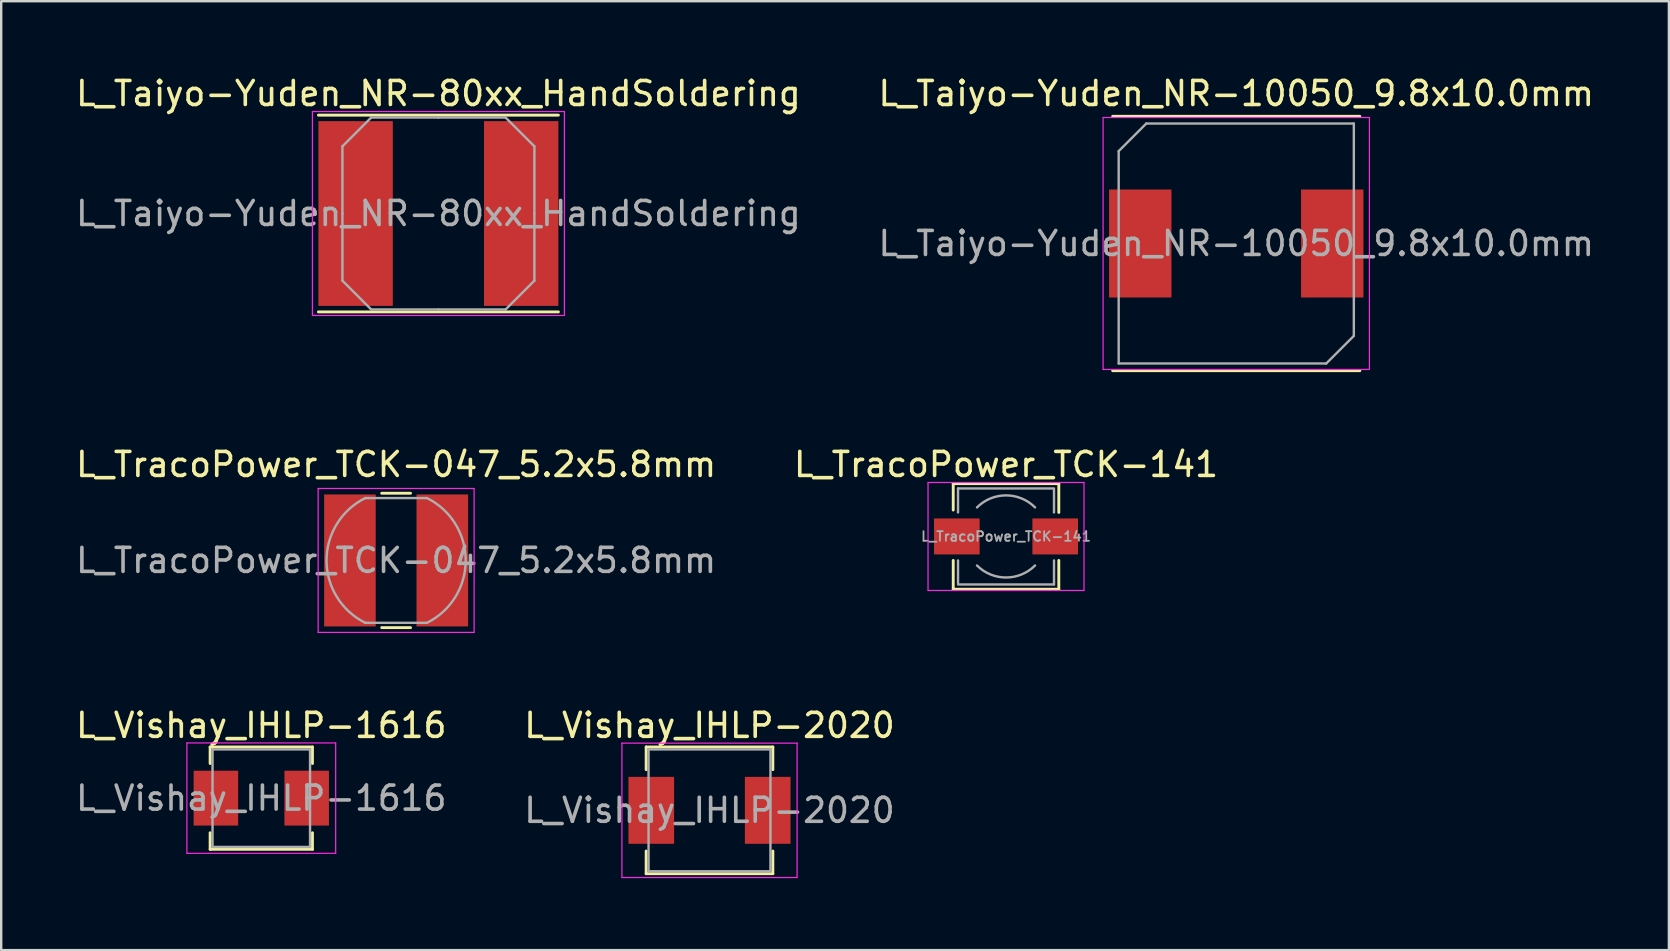
<source format=kicad_pcb>
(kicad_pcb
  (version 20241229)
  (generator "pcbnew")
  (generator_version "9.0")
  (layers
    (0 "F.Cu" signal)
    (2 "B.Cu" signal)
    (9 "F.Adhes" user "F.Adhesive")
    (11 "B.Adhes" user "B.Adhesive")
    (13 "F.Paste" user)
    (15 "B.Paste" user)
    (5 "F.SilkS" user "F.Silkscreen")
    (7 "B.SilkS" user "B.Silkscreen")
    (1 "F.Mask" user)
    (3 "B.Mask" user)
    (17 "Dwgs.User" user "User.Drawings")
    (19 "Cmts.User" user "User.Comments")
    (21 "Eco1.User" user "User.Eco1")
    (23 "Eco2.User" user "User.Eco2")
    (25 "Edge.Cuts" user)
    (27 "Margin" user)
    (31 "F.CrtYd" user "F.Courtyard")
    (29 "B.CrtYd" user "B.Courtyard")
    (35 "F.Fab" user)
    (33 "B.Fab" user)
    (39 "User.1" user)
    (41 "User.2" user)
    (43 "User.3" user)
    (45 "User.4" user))
  (footprint "L_Taiyo-Yuden_NR-80xx_HandSoldering"
    (layer "F.Cu")
    (at 15.22 5.848)
    (property "Reference" "L_Taiyo-Yuden_NR-80xx_HandSoldering" (at 0 -5 0) (layer "F.SilkS") (effects (font (size 1 1) (thickness 0.15))))
    (attr smd)
    (fp_line (start -5 -4.1) (end 5 -4.1) (stroke (width 0.12) (type solid)) (layer "F.SilkS"))
    (fp_line (start -5 4.1) (end 5 4.1) (stroke (width 0.12) (type solid)) (layer "F.SilkS"))
    (fp_line (start -5.25 -4.25) (end -5.25 4.25) (stroke (width 0.05) (type solid)) (layer "F.CrtYd"))
    (fp_line (start -5.25 4.25) (end 5.25 4.25) (stroke (width 0.05) (type solid)) (layer "F.CrtYd"))
    (fp_line (start 5.25 -4.25) (end -5.25 -4.25) (stroke (width 0.05) (type solid)) (layer "F.CrtYd"))
    (fp_line (start 5.25 4.25) (end 5.25 -4.25) (stroke (width 0.05) (type solid)) (layer "F.CrtYd"))
    (fp_line (start -4 -2.8) (end -2.8 -4) (stroke (width 0.1) (type solid)) (layer "F.Fab"))
    (fp_line (start -4 0) (end -4 -2.8) (stroke (width 0.1) (type solid)) (layer "F.Fab"))
    (fp_line (start -4 0) (end -4 2.8) (stroke (width 0.1) (type solid)) (layer "F.Fab"))
    (fp_line (start -4 2.8) (end -2.8 4) (stroke (width 0.1) (type solid)) (layer "F.Fab"))
    (fp_line (start -2.8 -4) (end 0 -4) (stroke (width 0.1) (type solid)) (layer "F.Fab"))
    (fp_line (start -2.8 4) (end 0 4) (stroke (width 0.1) (type solid)) (layer "F.Fab"))
    (fp_line (start 2.8 -4) (end 0 -4) (stroke (width 0.1) (type solid)) (layer "F.Fab"))
    (fp_line (start 2.8 4) (end 0 4) (stroke (width 0.1) (type solid)) (layer "F.Fab"))
    (fp_line (start 4 -2.8) (end 2.8 -4) (stroke (width 0.1) (type solid)) (layer "F.Fab"))
    (fp_line (start 4 0) (end 4 -2.8) (stroke (width 0.1) (type solid)) (layer "F.Fab"))
    (fp_line (start 4 0) (end 4 2.8) (stroke (width 0.1) (type solid)) (layer "F.Fab"))
    (fp_line (start 4 2.8) (end 2.8 4) (stroke (width 0.1) (type solid)) (layer "F.Fab"))
    (fp_text user "${REFERENCE}" (at 0 0 0) (layer "F.Fab") (effects (font (size 1 1) (thickness 0.15))))
    (pad "1" smd rect (at -3.45 0) (size 3.1 7.7) (layers "F.Cu" "F.Mask" "F.Paste"))
    (pad "2" smd rect (at 3.45 0) (size 3.1 7.7) (layers "F.Cu" "F.Mask" "F.Paste")))
  (footprint "L_Vishay_IHLP-2020"
    (layer "F.Cu")
    (at 26.518 30.72)
    (property "Reference" "L_Vishay_IHLP-2020" (at 0 -3.54 0) (layer "F.SilkS") (effects (font (size 1 1) (thickness 0.15))))
    (attr smd)
    (fp_line (start -2.64 -2.64) (end 2.64 -2.64) (stroke (width 0.12) (type solid)) (layer "F.SilkS"))
    (fp_line (start -2.64 -1.695) (end -2.64 -2.64) (stroke (width 0.12) (type solid)) (layer "F.SilkS"))
    (fp_line (start -2.64 1.695) (end -2.64 2.64) (stroke (width 0.12) (type solid)) (layer "F.SilkS"))
    (fp_line (start -2.64 2.64) (end 2.64 2.64) (stroke (width 0.12) (type solid)) (layer "F.SilkS"))
    (fp_line (start 2.64 -2.64) (end 2.64 -1.695) (stroke (width 0.12) (type solid)) (layer "F.SilkS"))
    (fp_line (start 2.64 2.64) (end 2.64 1.695) (stroke (width 0.12) (type solid)) (layer "F.SilkS"))
    (fp_line (start -3.65 -2.8) (end -3.65 2.8) (stroke (width 0.05) (type solid)) (layer "F.CrtYd"))
    (fp_line (start -3.65 2.8) (end 3.65 2.8) (stroke (width 0.05) (type solid)) (layer "F.CrtYd"))
    (fp_line (start 3.65 -2.8) (end -3.65 -2.8) (stroke (width 0.05) (type solid)) (layer "F.CrtYd"))
    (fp_line (start 3.65 2.8) (end 3.65 -2.8) (stroke (width 0.05) (type solid)) (layer "F.CrtYd"))
    (fp_line (start -2.54 -2.54) (end -2.54 2.54) (stroke (width 0.1) (type solid)) (layer "F.Fab"))
    (fp_line (start -2.54 2.54) (end 2.54 2.54) (stroke (width 0.1) (type solid)) (layer "F.Fab"))
    (fp_line (start 2.54 -2.54) (end -2.54 -2.54) (stroke (width 0.1) (type solid)) (layer "F.Fab"))
    (fp_line (start 2.54 2.54) (end 2.54 -2.54) (stroke (width 0.1) (type solid)) (layer "F.Fab"))
    (fp_text user "${REFERENCE}" (at 0 0 0) (layer "F.Fab") (effects (font (size 1 1) (thickness 0.15))))
    (pad "1" smd rect (at -2.426 0) (size 1.903 2.79) (layers "F.Cu" "F.Mask" "F.Paste"))
    (pad "2" smd rect (at 2.426 0) (size 1.903 2.79) (layers "F.Cu" "F.Mask" "F.Paste")))
  (footprint "L_Vishay_IHLP-1616"
    (layer "F.Cu")
    (at 7.839 30.212)
    (property "Reference" "L_Vishay_IHLP-1616" (at 0 -3.032 0) (layer "F.SilkS") (effects (font (size 1 1) (thickness 0.15))))
    (attr smd)
    (fp_line (start -2.132 -2.132) (end 2.132 -2.132) (stroke (width 0.12) (type solid)) (layer "F.SilkS"))
    (fp_line (start -2.132 -1.443) (end -2.132 -2.132) (stroke (width 0.12) (type solid)) (layer "F.SilkS"))
    (fp_line (start -2.132 1.443) (end -2.132 2.132) (stroke (width 0.12) (type solid)) (layer "F.SilkS"))
    (fp_line (start -2.132 2.132) (end 2.132 2.132) (stroke (width 0.12) (type solid)) (layer "F.SilkS"))
    (fp_line (start 2.132 -2.132) (end 2.132 -1.443) (stroke (width 0.12) (type solid)) (layer "F.SilkS"))
    (fp_line (start 2.132 2.132) (end 2.132 1.443) (stroke (width 0.12) (type solid)) (layer "F.SilkS"))
    (fp_line (start -3.1 -2.3) (end -3.1 2.3) (stroke (width 0.05) (type solid)) (layer "F.CrtYd"))
    (fp_line (start -3.1 2.3) (end 3.1 2.3) (stroke (width 0.05) (type solid)) (layer "F.CrtYd"))
    (fp_line (start 3.1 -2.3) (end -3.1 -2.3) (stroke (width 0.05) (type solid)) (layer "F.CrtYd"))
    (fp_line (start 3.1 2.3) (end 3.1 -2.3) (stroke (width 0.05) (type solid)) (layer "F.CrtYd"))
    (fp_line (start -2.032 -2.032) (end -2.032 2.032) (stroke (width 0.1) (type solid)) (layer "F.Fab"))
    (fp_line (start -2.032 2.032) (end 2.032 2.032) (stroke (width 0.1) (type solid)) (layer "F.Fab"))
    (fp_line (start 2.032 -2.032) (end -2.032 -2.032) (stroke (width 0.1) (type solid)) (layer "F.Fab"))
    (fp_line (start 2.032 2.032) (end 2.032 -2.032) (stroke (width 0.1) (type solid)) (layer "F.Fab"))
    (fp_text user "${REFERENCE}" (at 0 0 0) (layer "F.Fab") (effects (font (size 1 1) (thickness 0.15))))
    (pad "1" smd rect (at -1.892 0) (size 1.855 2.286) (layers "F.Cu" "F.Mask" "F.Paste"))
    (pad "2" smd rect (at 1.892 0) (size 1.855 2.286) (layers "F.Cu" "F.Mask" "F.Paste")))
  (footprint "L_TracoPower_TCK-141"
    (layer "F.Cu")
    (at 38.875 19.306)
    (property "Reference" "L_TracoPower_TCK-141" (at 0 -3 0) (layer "F.SilkS") (effects (font (size 1 1) (thickness 0.15))))
    (attr smd)
    (fp_line (start -2.2 -2.2) (end 2.2 -2.2) (stroke (width 0.12) (type solid)) (layer "F.SilkS"))
    (fp_line (start -2.2 -1.1) (end -2.2 -2.2) (stroke (width 0.12) (type solid)) (layer "F.SilkS"))
    (fp_line (start -2.2 2.2) (end -2.2 1) (stroke (width 0.12) (type solid)) (layer "F.SilkS"))
    (fp_line (start 2.2 -2.2) (end 2.2 -1) (stroke (width 0.12) (type solid)) (layer "F.SilkS"))
    (fp_line (start 2.2 1) (end 2.2 2.2) (stroke (width 0.12) (type solid)) (layer "F.SilkS"))
    (fp_line (start 2.2 2.2) (end -2.2 2.2) (stroke (width 0.12) (type solid)) (layer "F.SilkS"))
    (fp_line (start -3.25 -2.25) (end -3.25 2.25) (stroke (width 0.05) (type solid)) (layer "F.CrtYd"))
    (fp_line (start -3.25 -2.25) (end 3.25 -2.25) (stroke (width 0.05) (type solid)) (layer "F.CrtYd"))
    (fp_line (start -3.25 2.25) (end 3.25 2.25) (stroke (width 0.05) (type solid)) (layer "F.CrtYd"))
    (fp_line (start 3.25 2.25) (end 3.25 -2.25) (stroke (width 0.05) (type solid)) (layer "F.CrtYd"))
    (fp_line (start -2 -2) (end -2 -1) (stroke (width 0.1) (type solid)) (layer "F.Fab"))
    (fp_line (start -2 -2) (end 2 -2) (stroke (width 0.1) (type solid)) (layer "F.Fab"))
    (fp_line (start -2 1.95) (end -2 1) (stroke (width 0.1) (type solid)) (layer "F.Fab"))
    (fp_line (start -2 2) (end 2 2) (stroke (width 0.1) (type solid)) (layer "F.Fab"))
    (fp_line (start 2 -1.95) (end 2 -1) (stroke (width 0.1) (type solid)) (layer "F.Fab"))
    (fp_line (start 2 2) (end 2 1) (stroke (width 0.1) (type solid)) (layer "F.Fab"))
    (fp_arc (start -1.21 -1.21) (mid 0 -1.711198) (end 1.21 -1.21) (stroke (width 0.1) (type solid)) (layer "F.Fab"))
    (fp_arc (start 1.21 1.21) (mid 0 1.711198) (end -1.21 1.21) (stroke (width 0.1) (type solid)) (layer "F.Fab"))
    (fp_text user "${REFERENCE}" (at 0 0 0) (layer "F.Fab") (effects (font (size 0.4 0.4) (thickness 0.075))))
    (pad "1" smd rect (at -2.05 0) (size 1.9 1.5) (layers "F.Cu" "F.Mask" "F.Paste"))
    (pad "2" smd rect (at 2.05 0) (size 1.9 1.5) (layers "F.Cu" "F.Mask" "F.Paste")))
  (footprint "L_Taiyo-Yuden_NR-10050_9.8x10.0mm"
    (layer "F.Cu")
    (at 48.47 7.098)
    (property "Reference" "L_Taiyo-Yuden_NR-10050_9.8x10.0mm" (at 0 -6.25 0) (layer "F.SilkS") (effects (font (size 1 1) (thickness 0.15))))
    (attr smd)
    (fp_line (start -5.15 -5.3) (end 5.15 -5.3) (stroke (width 0.12) (type solid)) (layer "F.SilkS"))
    (fp_line (start -5.15 5.3) (end 5.15 5.3) (stroke (width 0.12) (type solid)) (layer "F.SilkS"))
    (fp_line (start -5.55 -5.25) (end -5.55 5.25) (stroke (width 0.05) (type solid)) (layer "F.CrtYd"))
    (fp_line (start -5.55 5.25) (end 5.55 5.25) (stroke (width 0.05) (type solid)) (layer "F.CrtYd"))
    (fp_line (start 5.55 -5.25) (end -5.55 -5.25) (stroke (width 0.05) (type solid)) (layer "F.CrtYd"))
    (fp_line (start 5.55 5.25) (end 5.55 -5.25) (stroke (width 0.05) (type solid)) (layer "F.CrtYd"))
    (fp_line (start -4.9 -3.85) (end -4.9 5) (stroke (width 0.1) (type solid)) (layer "F.Fab"))
    (fp_line (start -4.9 -3.85) (end -3.75 -5) (stroke (width 0.1) (type solid)) (layer "F.Fab"))
    (fp_line (start -4.9 5) (end 3.75 5) (stroke (width 0.1) (type solid)) (layer "F.Fab"))
    (fp_line (start 3.75 5) (end 4.9 3.85) (stroke (width 0.1) (type solid)) (layer "F.Fab"))
    (fp_line (start 4.9 -5) (end -3.75 -5) (stroke (width 0.1) (type solid)) (layer "F.Fab"))
    (fp_line (start 4.9 3.85) (end 4.9 -5) (stroke (width 0.1) (type solid)) (layer "F.Fab"))
    (fp_text user "${REFERENCE}" (at 0 0 0) (layer "F.Fab") (effects (font (size 1 1) (thickness 0.15))))
    (pad "1" smd rect (at -4 0) (size 2.6 4.5) (layers "F.Cu" "F.Mask" "F.Paste"))
    (pad "2" smd rect (at 4 0) (size 2.6 4.5) (layers "F.Cu" "F.Mask" "F.Paste")))
  (footprint "L_TracoPower_TCK-047_5.2x5.8mm"
    (layer "F.Cu")
    (at 13.458 20.306)
    (property "Reference" "L_TracoPower_TCK-047_5.2x5.8mm" (at 0 -4 0) (layer "F.SilkS") (effects (font (size 1 1) (thickness 0.15))))
    (attr smd)
    (fp_line (start -0.6 2.8) (end 0.6 2.8) (stroke (width 0.12) (type solid)) (layer "F.SilkS"))
    (fp_line (start 0.6 -2.8) (end -0.6 -2.8) (stroke (width 0.12) (type solid)) (layer "F.SilkS"))
    (fp_line (start -3.25 -3) (end -3.25 3) (stroke (width 0.05) (type solid)) (layer "F.CrtYd"))
    (fp_line (start -3.25 -3) (end 3.25 -3) (stroke (width 0.05) (type solid)) (layer "F.CrtYd"))
    (fp_line (start 3.25 3) (end -3.25 3) (stroke (width 0.05) (type solid)) (layer "F.CrtYd"))
    (fp_line (start 3.25 3) (end 3.25 -3) (stroke (width 0.05) (type solid)) (layer "F.CrtYd"))
    (fp_line (start -1.285 -2.6) (end 1.285 -2.6) (stroke (width 0.1) (type solid)) (layer "F.Fab"))
    (fp_line (start -1.285 2.6) (end 1.285 2.6) (stroke (width 0.1) (type solid)) (layer "F.Fab"))
    (fp_arc (start -1.285 2.599999) (mid -2.90021 0) (end -1.284999 -2.599999) (stroke (width 0.1) (type solid)) (layer "F.Fab"))
    (fp_arc (start 1.285 -2.599999) (mid 2.90021 0) (end 1.284999 2.599999) (stroke (width 0.1) (type solid)) (layer "F.Fab"))
    (fp_text user "${REFERENCE}" (at 0 0 0) (layer "F.Fab") (effects (font (size 1 1) (thickness 0.15))))
    (pad "1" smd rect (at -1.925 0 90) (size 5.5 2.15) (layers "F.Cu" "F.Mask" "F.Paste"))
    (pad "2" smd rect (at 1.925 0 90) (size 5.5 2.15) (layers "F.Cu" "F.Mask" "F.Paste")))
  (gr_rect
    (start -3 -3)
    (end 66.5 36.545)
    (stroke (width 0.1) (type default))
    (fill no)
    (layer "Edge.Cuts")))
</source>
